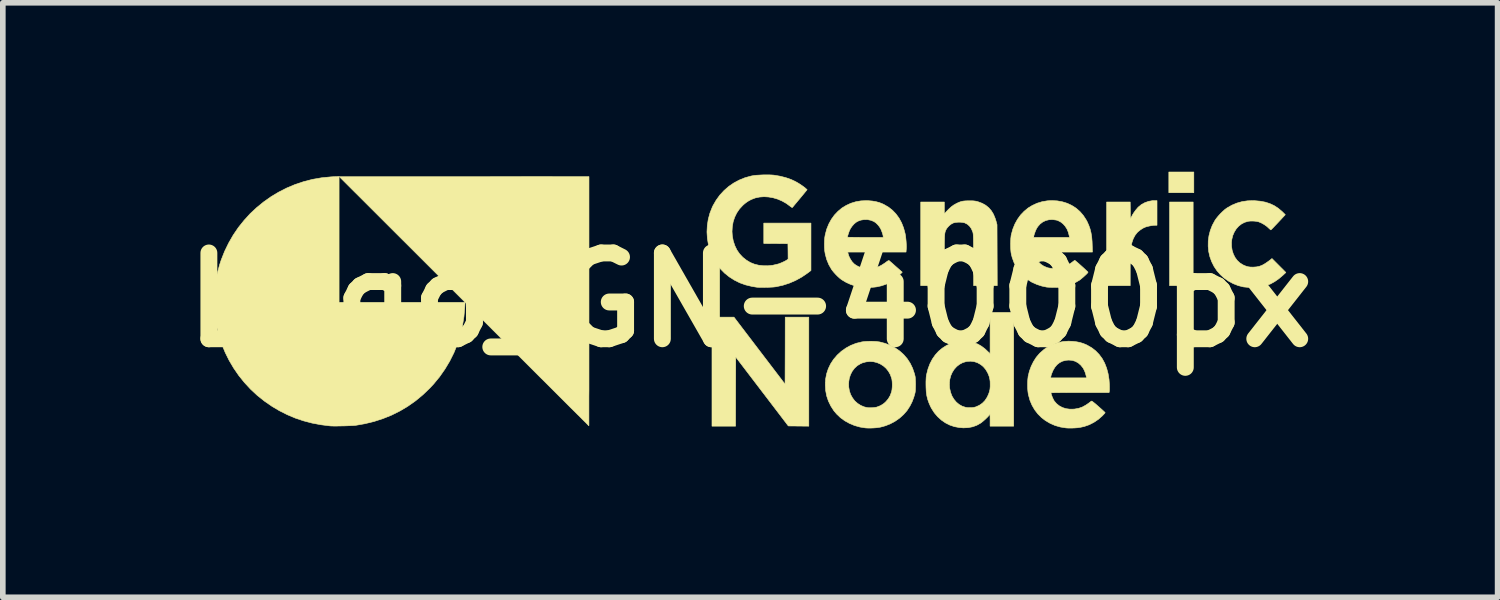
<source format=kicad_pcb>
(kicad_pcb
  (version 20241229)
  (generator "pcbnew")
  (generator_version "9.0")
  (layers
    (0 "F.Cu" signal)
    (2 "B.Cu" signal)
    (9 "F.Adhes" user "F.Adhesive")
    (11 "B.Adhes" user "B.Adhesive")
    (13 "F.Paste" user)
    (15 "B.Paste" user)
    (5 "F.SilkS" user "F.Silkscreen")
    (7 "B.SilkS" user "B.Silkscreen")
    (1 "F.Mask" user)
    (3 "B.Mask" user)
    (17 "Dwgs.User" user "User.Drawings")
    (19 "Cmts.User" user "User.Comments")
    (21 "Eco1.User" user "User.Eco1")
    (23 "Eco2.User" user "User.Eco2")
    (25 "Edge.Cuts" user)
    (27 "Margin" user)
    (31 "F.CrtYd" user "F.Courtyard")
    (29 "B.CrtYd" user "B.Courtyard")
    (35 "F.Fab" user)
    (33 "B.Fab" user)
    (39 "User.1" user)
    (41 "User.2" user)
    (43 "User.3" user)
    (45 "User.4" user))
  (footprint "Logo_GN-4000px"
    (layer "F.Cu")
    (at 10.276 2.278)
    (property "Reference" "Logo_GN-4000px" (at 0 0 0) (layer "F.SilkS") (effects (font (size 1.524 1.524) (thickness 0.3))))
    (attr through_hole)
    (fp_poly (pts (xy 7.868 -0.254) (xy 7.449 -0.254) (xy 7.449 -1.74) (xy 7.868 -1.74) (xy 7.868 -0.254)) (stroke (width 0.01) (type solid)) (fill yes) (layer "F.SilkS"))
    (fp_poly (pts (xy 7.88 -1.905) (xy 7.436 -1.905) (xy 7.436 -2.273) (xy 7.88 -2.273) (xy 7.88 -1.905)) (stroke (width 0.01) (type solid)) (fill yes) (layer "F.SilkS"))
    (fp_poly (pts (xy 0.165 0.901) (xy 0.619 1.496) (xy 0.621 0.901) (xy 0.622 0.305) (xy 1.041 0.305) (xy 1.041 2.242) (xy 0.859 2.24) (xy 0.677 2.238) (xy -0.257 1.014) (xy -0.259 1.628) (xy -0.26 2.242) (xy -0.679 2.242) (xy -0.679 0.305) (xy -0.289 0.305) (xy 0.165 0.901)) (stroke (width 0.01) (type solid)) (fill yes) (layer "F.SilkS"))
    (fp_poly (pts (xy 7.226 -1.765) (xy 7.226 -1.327) (xy 7.195 -1.327) (xy 7.164 -1.325) (xy 7.125 -1.32) (xy 7.084 -1.312) (xy 7.047 -1.303) (xy 7.021 -1.295) (xy 6.977 -1.275) (xy 6.932 -1.246) (xy 6.891 -1.213) (xy 6.874 -1.197) (xy 6.836 -1.148) (xy 6.804 -1.088) (xy 6.78 -1.018) (xy 6.764 -0.938) (xy 6.756 -0.873) (xy 6.755 -0.85) (xy 6.754 -0.816) (xy 6.753 -0.773) (xy 6.752 -0.723) (xy 6.751 -0.667) (xy 6.75 -0.608) (xy 6.75 -0.547) (xy 6.75 -0.525) (xy 6.75 -0.254) (xy 6.331 -0.254) (xy 6.331 -1.74) (xy 6.75 -1.74) (xy 6.752 -1.589) (xy 6.753 -1.438) (xy 6.768 -1.469) (xy 6.79 -1.511) (xy 6.819 -1.557) (xy 6.852 -1.601) (xy 6.885 -1.64) (xy 6.896 -1.651) (xy 6.949 -1.695) (xy 7.01 -1.728) (xy 7.076 -1.751) (xy 7.146 -1.764) (xy 7.186 -1.765) (xy 7.226 -1.765)) (stroke (width 0.01) (type solid)) (fill yes) (layer "F.SilkS"))
    (fp_poly (pts (xy -2.864 0.022) (xy -2.864 0.189) (xy -2.864 0.353) (xy -2.864 0.513) (xy -2.864 0.668) (xy -2.864 0.819) (xy -2.864 0.965) (xy -2.864 1.105) (xy -2.864 1.24) (xy -2.864 1.368) (xy -2.864 1.489) (xy -2.864 1.602) (xy -2.865 1.708) (xy -2.865 1.805) (xy -2.865 1.894) (xy -2.865 1.974) (xy -2.865 2.044) (xy -2.865 2.103) (xy -2.865 2.153) (xy -2.865 2.191) (xy -2.865 2.217) (xy -2.866 2.232) (xy -2.866 2.235) (xy -2.87 2.231) (xy -2.884 2.218) (xy -2.905 2.196) (xy -2.935 2.166) (xy -2.973 2.129) (xy -3.018 2.083) (xy -3.071 2.031) (xy -3.131 1.971) (xy -3.198 1.905) (xy -3.271 1.832) (xy -3.351 1.752) (xy -3.436 1.667) (xy -3.527 1.576) (xy -3.624 1.479) (xy -3.726 1.378) (xy -3.833 1.271) (xy -3.944 1.16) (xy -4.06 1.044) (xy -4.18 0.925) (xy -4.304 0.801) (xy -4.431 0.674) (xy -4.562 0.543) (xy -4.695 0.41) (xy -4.832 0.274) (xy -4.971 0.135) (xy -5.083 0.023) (xy -7.299 -2.19) (xy -5.082 -2.19) (xy -2.864 -2.191) (xy -2.864 0.022)) (stroke (width 0.01) (type solid)) (fill yes) (layer "F.SilkS"))
    (fp_poly (pts (xy -7.303 0.044) (xy -5.065 0.044) (xy -5.07 0.126) (xy -5.085 0.297) (xy -5.112 0.464) (xy -5.151 0.627) (xy -5.201 0.785) (xy -5.263 0.938) (xy -5.337 1.086) (xy -5.422 1.228) (xy -5.517 1.364) (xy -5.624 1.494) (xy -5.693 1.568) (xy -5.814 1.684) (xy -5.943 1.791) (xy -6.078 1.886) (xy -6.22 1.971) (xy -6.368 2.045) (xy -6.522 2.107) (xy -6.682 2.159) (xy -6.847 2.199) (xy -7.001 2.226) (xy -7.025 2.229) (xy -7.058 2.231) (xy -7.1 2.233) (xy -7.148 2.235) (xy -7.199 2.237) (xy -7.252 2.238) (xy -7.303 2.239) (xy -7.351 2.24) (xy -7.394 2.24) (xy -7.429 2.239) (xy -7.454 2.238) (xy -7.458 2.238) (xy -7.625 2.217) (xy -7.784 2.187) (xy -7.936 2.147) (xy -8.082 2.098) (xy -8.224 2.038) (xy -8.363 1.968) (xy -8.493 1.891) (xy -8.629 1.797) (xy -8.757 1.695) (xy -8.876 1.584) (xy -8.985 1.466) (xy -9.085 1.342) (xy -9.175 1.211) (xy -9.256 1.074) (xy -9.326 0.933) (xy -9.386 0.787) (xy -9.435 0.637) (xy -9.474 0.484) (xy -9.501 0.328) (xy -9.518 0.171) (xy -9.523 0.012) (xy -9.516 -0.148) (xy -9.498 -0.308) (xy -9.468 -0.467) (xy -9.425 -0.625) (xy -9.397 -0.71) (xy -9.336 -0.864) (xy -9.264 -1.012) (xy -9.183 -1.153) (xy -9.092 -1.287) (xy -8.991 -1.413) (xy -8.883 -1.532) (xy -8.766 -1.641) (xy -8.642 -1.742) (xy -8.512 -1.834) (xy -8.375 -1.916) (xy -8.232 -1.989) (xy -8.084 -2.051) (xy -7.931 -2.102) (xy -7.775 -2.142) (xy -7.614 -2.17) (xy -7.451 -2.186) (xy -7.403 -2.189) (xy -7.303 -2.193) (xy -7.303 0.044)) (stroke (width 0.01) (type solid)) (fill yes) (layer "F.SilkS"))
    (fp_poly (pts (xy 3.935 -1.761) (xy 3.965 -1.76) (xy 3.989 -1.757) (xy 4.01 -1.754) (xy 4.033 -1.748) (xy 4.048 -1.744) (xy 4.12 -1.717) (xy 4.183 -1.682) (xy 4.237 -1.638) (xy 4.283 -1.585) (xy 4.321 -1.523) (xy 4.351 -1.45) (xy 4.367 -1.4) (xy 4.384 -1.337) (xy 4.386 -0.795) (xy 4.388 -0.254) (xy 3.969 -0.254) (xy 3.967 -0.713) (xy 3.967 -0.8) (xy 3.967 -0.876) (xy 3.966 -0.94) (xy 3.966 -0.995) (xy 3.965 -1.041) (xy 3.965 -1.079) (xy 3.964 -1.11) (xy 3.963 -1.135) (xy 3.962 -1.155) (xy 3.961 -1.17) (xy 3.959 -1.182) (xy 3.958 -1.192) (xy 3.955 -1.201) (xy 3.953 -1.208) (xy 3.951 -1.213) (xy 3.928 -1.267) (xy 3.896 -1.311) (xy 3.858 -1.345) (xy 3.812 -1.368) (xy 3.808 -1.37) (xy 3.774 -1.377) (xy 3.734 -1.381) (xy 3.69 -1.381) (xy 3.648 -1.377) (xy 3.613 -1.369) (xy 3.605 -1.366) (xy 3.569 -1.347) (xy 3.534 -1.319) (xy 3.503 -1.286) (xy 3.484 -1.259) (xy 3.478 -1.246) (xy 3.472 -1.235) (xy 3.467 -1.222) (xy 3.463 -1.209) (xy 3.459 -1.193) (xy 3.456 -1.174) (xy 3.454 -1.151) (xy 3.452 -1.123) (xy 3.451 -1.089) (xy 3.45 -1.048) (xy 3.449 -0.998) (xy 3.449 -0.94) (xy 3.448 -0.873) (xy 3.448 -0.794) (xy 3.448 -0.704) (xy 3.448 -0.7) (xy 3.448 -0.254) (xy 3.029 -0.254) (xy 3.029 -1.74) (xy 3.448 -1.74) (xy 3.448 -1.528) (xy 3.481 -1.566) (xy 3.528 -1.615) (xy 3.572 -1.655) (xy 3.616 -1.687) (xy 3.664 -1.714) (xy 3.672 -1.718) (xy 3.71 -1.735) (xy 3.744 -1.747) (xy 3.778 -1.755) (xy 3.815 -1.759) (xy 3.859 -1.761) (xy 3.896 -1.761) (xy 3.935 -1.761)) (stroke (width 0.01) (type solid)) (fill yes) (layer "F.SilkS"))
    (fp_poly (pts (xy 4.68 2.242) (xy 4.261 2.242) (xy 4.261 2.135) (xy 4.26 2.029) (xy 4.247 2.045) (xy 4.217 2.079) (xy 4.18 2.115) (xy 4.141 2.15) (xy 4.104 2.18) (xy 4.089 2.19) (xy 4.023 2.227) (xy 3.95 2.253) (xy 3.872 2.268) (xy 3.787 2.272) (xy 3.712 2.266) (xy 3.626 2.25) (xy 3.544 2.222) (xy 3.467 2.183) (xy 3.395 2.133) (xy 3.33 2.074) (xy 3.271 2.005) (xy 3.221 1.927) (xy 3.203 1.893) (xy 3.175 1.829) (xy 3.153 1.767) (xy 3.137 1.702) (xy 3.127 1.632) (xy 3.123 1.555) (xy 3.122 1.502) (xy 3.122 1.482) (xy 3.538 1.482) (xy 3.541 1.555) (xy 3.543 1.569) (xy 3.559 1.641) (xy 3.584 1.707) (xy 3.619 1.765) (xy 3.661 1.815) (xy 3.71 1.856) (xy 3.766 1.888) (xy 3.829 1.908) (xy 3.829 1.908) (xy 3.874 1.914) (xy 3.923 1.914) (xy 3.971 1.909) (xy 4.009 1.899) (xy 4.071 1.871) (xy 4.124 1.834) (xy 4.17 1.787) (xy 4.208 1.729) (xy 4.216 1.713) (xy 4.236 1.668) (xy 4.25 1.627) (xy 4.259 1.585) (xy 4.263 1.538) (xy 4.263 1.502) (xy 4.262 1.449) (xy 4.256 1.405) (xy 4.246 1.363) (xy 4.23 1.321) (xy 4.216 1.29) (xy 4.181 1.232) (xy 4.139 1.183) (xy 4.089 1.144) (xy 4.035 1.114) (xy 3.976 1.095) (xy 3.914 1.088) (xy 3.851 1.092) (xy 3.835 1.095) (xy 3.773 1.114) (xy 3.717 1.144) (xy 3.667 1.183) (xy 3.624 1.231) (xy 3.589 1.286) (xy 3.562 1.347) (xy 3.545 1.413) (xy 3.538 1.482) (xy 3.122 1.482) (xy 3.122 1.449) (xy 3.124 1.406) (xy 3.126 1.37) (xy 3.13 1.34) (xy 3.133 1.325) (xy 3.158 1.226) (xy 3.192 1.135) (xy 3.235 1.052) (xy 3.287 0.977) (xy 3.346 0.911) (xy 3.414 0.855) (xy 3.488 0.808) (xy 3.569 0.772) (xy 3.631 0.752) (xy 3.676 0.743) (xy 3.729 0.736) (xy 3.782 0.732) (xy 3.831 0.733) (xy 3.842 0.733) (xy 3.917 0.743) (xy 3.984 0.76) (xy 4.047 0.786) (xy 4.107 0.821) (xy 4.167 0.866) (xy 4.208 0.904) (xy 4.261 0.954) (xy 4.261 0.222) (xy 4.68 0.222) (xy 4.68 2.242)) (stroke (width 0.01) (type solid)) (fill yes) (layer "F.SilkS"))
    (fp_poly (pts (xy 8.963 -1.763) (xy 9.062 -1.754) (xy 9.151 -1.737) (xy 9.233 -1.71) (xy 9.308 -1.675) (xy 9.379 -1.629) (xy 9.445 -1.573) (xy 9.455 -1.564) (xy 9.505 -1.514) (xy 9.38 -1.38) (xy 9.348 -1.346) (xy 9.318 -1.315) (xy 9.293 -1.288) (xy 9.272 -1.267) (xy 9.257 -1.252) (xy 9.249 -1.245) (xy 9.248 -1.245) (xy 9.24 -1.249) (xy 9.228 -1.26) (xy 9.22 -1.267) (xy 9.179 -1.305) (xy 9.131 -1.339) (xy 9.081 -1.367) (xy 9.033 -1.387) (xy 9.03 -1.388) (xy 8.999 -1.395) (xy 8.96 -1.4) (xy 8.918 -1.402) (xy 8.878 -1.401) (xy 8.845 -1.397) (xy 8.845 -1.397) (xy 8.783 -1.379) (xy 8.727 -1.35) (xy 8.677 -1.311) (xy 8.634 -1.263) (xy 8.599 -1.207) (xy 8.572 -1.145) (xy 8.555 -1.076) (xy 8.549 -1.026) (xy 8.55 -0.951) (xy 8.561 -0.88) (xy 8.582 -0.815) (xy 8.612 -0.755) (xy 8.651 -0.702) (xy 8.698 -0.658) (xy 8.753 -0.623) (xy 8.76 -0.62) (xy 8.802 -0.602) (xy 8.842 -0.59) (xy 8.885 -0.584) (xy 8.934 -0.583) (xy 8.992 -0.587) (xy 9.043 -0.597) (xy 9.09 -0.615) (xy 9.104 -0.622) (xy 9.131 -0.637) (xy 9.164 -0.658) (xy 9.2 -0.683) (xy 9.234 -0.708) (xy 9.249 -0.72) (xy 9.268 -0.736) (xy 9.515 -0.488) (xy 9.465 -0.441) (xy 9.391 -0.378) (xy 9.318 -0.327) (xy 9.245 -0.286) (xy 9.169 -0.256) (xy 9.089 -0.236) (xy 9.065 -0.232) (xy 9.027 -0.227) (xy 8.982 -0.224) (xy 8.931 -0.223) (xy 8.879 -0.223) (xy 8.83 -0.225) (xy 8.787 -0.229) (xy 8.76 -0.232) (xy 8.668 -0.255) (xy 8.579 -0.29) (xy 8.494 -0.336) (xy 8.416 -0.391) (xy 8.356 -0.445) (xy 8.292 -0.517) (xy 8.239 -0.596) (xy 8.197 -0.68) (xy 8.165 -0.768) (xy 8.144 -0.86) (xy 8.135 -0.953) (xy 8.136 -1.047) (xy 8.149 -1.141) (xy 8.173 -1.234) (xy 8.208 -1.325) (xy 8.255 -1.412) (xy 8.256 -1.414) (xy 8.282 -1.451) (xy 8.315 -1.491) (xy 8.353 -1.533) (xy 8.393 -1.572) (xy 8.432 -1.607) (xy 8.468 -1.633) (xy 8.471 -1.635) (xy 8.557 -1.684) (xy 8.646 -1.721) (xy 8.739 -1.747) (xy 8.836 -1.761) (xy 8.939 -1.764) (xy 8.963 -1.763)) (stroke (width 0.01) (type solid)) (fill yes) (layer "F.SilkS"))
    (fp_poly (pts (xy 2.189 0.735) (xy 2.24 0.738) (xy 2.284 0.744) (xy 2.295 0.745) (xy 2.396 0.771) (xy 2.49 0.807) (xy 2.577 0.853) (xy 2.656 0.908) (xy 2.727 0.972) (xy 2.789 1.044) (xy 2.841 1.124) (xy 2.884 1.212) (xy 2.916 1.306) (xy 2.929 1.356) (xy 2.932 1.38) (xy 2.934 1.414) (xy 2.936 1.454) (xy 2.937 1.498) (xy 2.936 1.542) (xy 2.935 1.583) (xy 2.933 1.618) (xy 2.929 1.644) (xy 2.929 1.648) (xy 2.906 1.729) (xy 2.875 1.81) (xy 2.836 1.887) (xy 2.791 1.956) (xy 2.787 1.963) (xy 2.725 2.034) (xy 2.654 2.098) (xy 2.576 2.153) (xy 2.491 2.199) (xy 2.402 2.235) (xy 2.31 2.26) (xy 2.29 2.263) (xy 2.241 2.27) (xy 2.186 2.274) (xy 2.13 2.276) (xy 2.079 2.275) (xy 2.046 2.273) (xy 1.947 2.257) (xy 1.852 2.23) (xy 1.763 2.193) (xy 1.679 2.146) (xy 1.603 2.091) (xy 1.535 2.026) (xy 1.486 1.968) (xy 1.432 1.884) (xy 1.389 1.796) (xy 1.358 1.704) (xy 1.34 1.608) (xy 1.334 1.509) (xy 1.334 1.508) (xy 1.336 1.473) (xy 1.748 1.473) (xy 1.75 1.546) (xy 1.762 1.616) (xy 1.784 1.681) (xy 1.817 1.74) (xy 1.857 1.793) (xy 1.906 1.837) (xy 1.962 1.873) (xy 2.024 1.899) (xy 2.073 1.911) (xy 2.105 1.915) (xy 2.143 1.915) (xy 2.184 1.913) (xy 2.223 1.908) (xy 2.254 1.902) (xy 2.254 1.901) (xy 2.313 1.878) (xy 2.368 1.844) (xy 2.411 1.806) (xy 2.453 1.756) (xy 2.486 1.7) (xy 2.51 1.635) (xy 2.513 1.625) (xy 2.519 1.59) (xy 2.523 1.546) (xy 2.524 1.499) (xy 2.522 1.453) (xy 2.517 1.412) (xy 2.512 1.391) (xy 2.488 1.324) (xy 2.454 1.265) (xy 2.413 1.214) (xy 2.364 1.171) (xy 2.309 1.137) (xy 2.25 1.112) (xy 2.188 1.097) (xy 2.123 1.093) (xy 2.058 1.1) (xy 1.993 1.118) (xy 1.957 1.134) (xy 1.901 1.168) (xy 1.853 1.212) (xy 1.813 1.265) (xy 1.782 1.325) (xy 1.76 1.391) (xy 1.749 1.463) (xy 1.748 1.473) (xy 1.336 1.473) (xy 1.339 1.408) (xy 1.357 1.313) (xy 1.387 1.222) (xy 1.428 1.136) (xy 1.48 1.056) (xy 1.545 0.98) (xy 1.546 0.979) (xy 1.62 0.911) (xy 1.701 0.854) (xy 1.789 0.806) (xy 1.882 0.77) (xy 1.98 0.746) (xy 1.984 0.745) (xy 2.027 0.739) (xy 2.078 0.736) (xy 2.133 0.734) (xy 2.189 0.735)) (stroke (width 0.01) (type solid)) (fill yes) (layer "F.SilkS"))
    (fp_poly (pts (xy 0.329 -2.222) (xy 0.379 -2.22) (xy 0.42 -2.217) (xy 0.42 -2.217) (xy 0.527 -2.199) (xy 0.631 -2.173) (xy 0.728 -2.139) (xy 0.788 -2.111) (xy 0.826 -2.091) (xy 0.868 -2.066) (xy 0.909 -2.039) (xy 0.946 -2.013) (xy 0.977 -1.989) (xy 0.983 -1.983) (xy 1.011 -1.959) (xy 0.883 -1.803) (xy 0.851 -1.765) (xy 0.822 -1.73) (xy 0.796 -1.699) (xy 0.775 -1.674) (xy 0.76 -1.655) (xy 0.751 -1.644) (xy 0.749 -1.642) (xy 0.742 -1.643) (xy 0.728 -1.651) (xy 0.713 -1.662) (xy 0.643 -1.714) (xy 0.567 -1.757) (xy 0.488 -1.791) (xy 0.407 -1.815) (xy 0.326 -1.829) (xy 0.245 -1.834) (xy 0.166 -1.828) (xy 0.09 -1.812) (xy 0.02 -1.785) (xy 0.012 -1.781) (xy -0.029 -1.759) (xy -0.063 -1.737) (xy -0.096 -1.712) (xy -0.131 -1.681) (xy -0.135 -1.677) (xy -0.192 -1.615) (xy -0.239 -1.546) (xy -0.276 -1.47) (xy -0.303 -1.388) (xy -0.318 -1.303) (xy -0.323 -1.216) (xy -0.318 -1.139) (xy -0.301 -1.048) (xy -0.273 -0.964) (xy -0.236 -0.887) (xy -0.189 -0.819) (xy -0.132 -0.758) (xy -0.066 -0.706) (xy 0.004 -0.664) (xy 0.074 -0.636) (xy 0.15 -0.617) (xy 0.231 -0.608) (xy 0.314 -0.607) (xy 0.399 -0.616) (xy 0.482 -0.635) (xy 0.508 -0.642) (xy 0.539 -0.654) (xy 0.574 -0.669) (xy 0.608 -0.685) (xy 0.638 -0.701) (xy 0.656 -0.713) (xy 0.673 -0.725) (xy 0.672 -0.863) (xy 0.67 -1) (xy 0.456 -1.002) (xy 0.241 -1.003) (xy 0.241 -1.365) (xy 1.079 -1.365) (xy 1.079 -0.523) (xy 1.024 -0.481) (xy 0.919 -0.409) (xy 0.809 -0.348) (xy 0.696 -0.299) (xy 0.579 -0.261) (xy 0.46 -0.235) (xy 0.437 -0.232) (xy 0.409 -0.229) (xy 0.372 -0.227) (xy 0.328 -0.225) (xy 0.28 -0.224) (xy 0.232 -0.223) (xy 0.187 -0.223) (xy 0.148 -0.224) (xy 0.118 -0.226) (xy 0.114 -0.227) (xy 0.099 -0.229) (xy 0.075 -0.233) (xy 0.045 -0.238) (xy 0.023 -0.242) (xy -0.084 -0.268) (xy -0.187 -0.305) (xy -0.283 -0.353) (xy -0.372 -0.41) (xy -0.454 -0.476) (xy -0.528 -0.551) (xy -0.592 -0.634) (xy -0.648 -0.724) (xy -0.694 -0.821) (xy -0.729 -0.924) (xy -0.742 -0.979) (xy -0.761 -1.094) (xy -0.768 -1.208) (xy -0.762 -1.322) (xy -0.745 -1.433) (xy -0.716 -1.541) (xy -0.675 -1.645) (xy -0.661 -1.675) (xy -0.605 -1.772) (xy -0.54 -1.862) (xy -0.465 -1.943) (xy -0.383 -2.015) (xy -0.293 -2.077) (xy -0.196 -2.129) (xy -0.093 -2.171) (xy 0.016 -2.201) (xy 0.031 -2.204) (xy 0.066 -2.21) (xy 0.111 -2.215) (xy 0.163 -2.218) (xy 0.219 -2.221) (xy 0.275 -2.222) (xy 0.329 -2.222)) (stroke (width 0.01) (type solid)) (fill yes) (layer "F.SilkS"))
    (fp_poly (pts (xy 2.096 -1.763) (xy 2.169 -1.757) (xy 2.233 -1.746) (xy 2.293 -1.73) (xy 2.351 -1.707) (xy 2.378 -1.694) (xy 2.457 -1.648) (xy 2.528 -1.592) (xy 2.59 -1.527) (xy 2.644 -1.453) (xy 2.689 -1.37) (xy 2.725 -1.278) (xy 2.752 -1.177) (xy 2.752 -1.175) (xy 2.759 -1.138) (xy 2.764 -1.094) (xy 2.769 -1.046) (xy 2.772 -0.999) (xy 2.774 -0.955) (xy 2.773 -0.917) (xy 2.772 -0.9) (xy 2.768 -0.851) (xy 1.733 -0.851) (xy 1.737 -0.83) (xy 1.753 -0.778) (xy 1.779 -0.726) (xy 1.81 -0.679) (xy 1.845 -0.642) (xy 1.879 -0.617) (xy 1.921 -0.594) (xy 1.965 -0.576) (xy 2.002 -0.565) (xy 2.038 -0.56) (xy 2.082 -0.558) (xy 2.129 -0.559) (xy 2.173 -0.562) (xy 2.209 -0.568) (xy 2.268 -0.586) (xy 2.329 -0.615) (xy 2.39 -0.654) (xy 2.404 -0.664) (xy 2.429 -0.683) (xy 2.446 -0.694) (xy 2.457 -0.699) (xy 2.464 -0.7) (xy 2.469 -0.697) (xy 2.477 -0.691) (xy 2.492 -0.677) (xy 2.515 -0.658) (xy 2.542 -0.634) (xy 2.572 -0.607) (xy 2.59 -0.591) (xy 2.701 -0.493) (xy 2.64 -0.434) (xy 2.568 -0.371) (xy 2.494 -0.32) (xy 2.415 -0.28) (xy 2.33 -0.251) (xy 2.248 -0.233) (xy 2.209 -0.228) (xy 2.161 -0.224) (xy 2.108 -0.223) (xy 2.053 -0.223) (xy 2.002 -0.226) (xy 1.958 -0.23) (xy 1.939 -0.232) (xy 1.86 -0.25) (xy 1.781 -0.277) (xy 1.704 -0.312) (xy 1.635 -0.353) (xy 1.618 -0.364) (xy 1.589 -0.387) (xy 1.556 -0.417) (xy 1.522 -0.451) (xy 1.49 -0.486) (xy 1.463 -0.518) (xy 1.446 -0.541) (xy 1.397 -0.626) (xy 1.359 -0.718) (xy 1.333 -0.814) (xy 1.324 -0.868) (xy 1.319 -0.93) (xy 1.318 -0.995) (xy 1.32 -1.06) (xy 1.325 -1.116) (xy 1.727 -1.116) (xy 1.733 -1.115) (xy 1.751 -1.114) (xy 1.779 -1.113) (xy 1.816 -1.113) (xy 1.861 -1.112) (xy 1.913 -1.112) (xy 1.97 -1.111) (xy 2.031 -1.111) (xy 2.045 -1.111) (xy 2.362 -1.111) (xy 2.362 -1.126) (xy 2.36 -1.145) (xy 2.353 -1.171) (xy 2.343 -1.202) (xy 2.331 -1.233) (xy 2.319 -1.262) (xy 2.316 -1.266) (xy 2.295 -1.301) (xy 2.267 -1.335) (xy 2.236 -1.366) (xy 2.204 -1.389) (xy 2.198 -1.393) (xy 2.144 -1.415) (xy 2.086 -1.427) (xy 2.025 -1.428) (xy 1.965 -1.418) (xy 1.911 -1.398) (xy 1.878 -1.378) (xy 1.844 -1.349) (xy 1.812 -1.313) (xy 1.785 -1.275) (xy 1.777 -1.26) (xy 1.766 -1.238) (xy 1.755 -1.211) (xy 1.745 -1.181) (xy 1.736 -1.153) (xy 1.729 -1.13) (xy 1.727 -1.116) (xy 1.325 -1.116) (xy 1.326 -1.12) (xy 1.333 -1.16) (xy 1.359 -1.258) (xy 1.396 -1.349) (xy 1.442 -1.433) (xy 1.496 -1.508) (xy 1.559 -1.574) (xy 1.628 -1.632) (xy 1.705 -1.679) (xy 1.787 -1.717) (xy 1.875 -1.744) (xy 1.968 -1.76) (xy 2.065 -1.764) (xy 2.096 -1.763)) (stroke (width 0.01) (type solid)) (fill yes) (layer "F.SilkS"))
    (fp_poly (pts (xy 5.735 0.736) (xy 5.801 0.744) (xy 5.859 0.756) (xy 5.912 0.772) (xy 5.964 0.793) (xy 5.985 0.803) (xy 6.065 0.849) (xy 6.136 0.904) (xy 6.198 0.968) (xy 6.252 1.041) (xy 6.296 1.122) (xy 6.331 1.212) (xy 6.357 1.309) (xy 6.374 1.414) (xy 6.38 1.499) (xy 6.381 1.535) (xy 6.381 1.569) (xy 6.381 1.597) (xy 6.38 1.616) (xy 6.379 1.621) (xy 6.375 1.645) (xy 5.861 1.645) (xy 5.782 1.645) (xy 5.706 1.645) (xy 5.634 1.645) (xy 5.569 1.646) (xy 5.51 1.646) (xy 5.458 1.647) (xy 5.415 1.647) (xy 5.381 1.648) (xy 5.358 1.649) (xy 5.346 1.649) (xy 5.344 1.65) (xy 5.344 1.659) (xy 5.349 1.678) (xy 5.357 1.701) (xy 5.367 1.728) (xy 5.379 1.754) (xy 5.391 1.778) (xy 5.4 1.794) (xy 5.441 1.842) (xy 5.49 1.881) (xy 5.546 1.911) (xy 5.609 1.931) (xy 5.677 1.94) (xy 5.749 1.939) (xy 5.768 1.937) (xy 5.837 1.924) (xy 5.9 1.902) (xy 5.96 1.869) (xy 6.003 1.84) (xy 6.025 1.824) (xy 6.043 1.81) (xy 6.056 1.8) (xy 6.058 1.798) (xy 6.062 1.797) (xy 6.069 1.798) (xy 6.078 1.803) (xy 6.091 1.813) (xy 6.11 1.828) (xy 6.136 1.849) (xy 6.169 1.878) (xy 6.187 1.894) (xy 6.219 1.922) (xy 6.248 1.948) (xy 6.273 1.971) (xy 6.291 1.988) (xy 6.302 1.999) (xy 6.305 2.002) (xy 6.301 2.008) (xy 6.29 2.021) (xy 6.273 2.039) (xy 6.256 2.057) (xy 6.184 2.121) (xy 6.105 2.174) (xy 6.021 2.217) (xy 5.932 2.248) (xy 5.862 2.263) (xy 5.814 2.27) (xy 5.76 2.274) (xy 5.705 2.276) (xy 5.652 2.276) (xy 5.609 2.273) (xy 5.509 2.257) (xy 5.415 2.23) (xy 5.328 2.192) (xy 5.247 2.145) (xy 5.174 2.089) (xy 5.109 2.024) (xy 5.053 1.951) (xy 5.006 1.87) (xy 4.969 1.783) (xy 4.943 1.688) (xy 4.937 1.658) (xy 4.932 1.617) (xy 4.928 1.568) (xy 4.927 1.514) (xy 4.928 1.459) (xy 4.931 1.408) (xy 4.934 1.384) (xy 5.335 1.384) (xy 5.975 1.384) (xy 5.971 1.364) (xy 5.961 1.324) (xy 5.948 1.282) (xy 5.931 1.243) (xy 5.914 1.211) (xy 5.913 1.209) (xy 5.873 1.159) (xy 5.827 1.119) (xy 5.775 1.09) (xy 5.719 1.073) (xy 5.658 1.068) (xy 5.609 1.072) (xy 5.549 1.087) (xy 5.497 1.113) (xy 5.451 1.149) (xy 5.411 1.197) (xy 5.381 1.248) (xy 5.368 1.278) (xy 5.355 1.309) (xy 5.346 1.336) (xy 5.344 1.345) (xy 5.335 1.384) (xy 4.934 1.384) (xy 4.936 1.364) (xy 4.937 1.356) (xy 4.959 1.266) (xy 4.991 1.179) (xy 5.032 1.096) (xy 5.081 1.019) (xy 5.138 0.952) (xy 5.15 0.94) (xy 5.221 0.878) (xy 5.299 0.826) (xy 5.382 0.785) (xy 5.471 0.756) (xy 5.563 0.738) (xy 5.657 0.732) (xy 5.735 0.736)) (stroke (width 0.01) (type solid)) (fill yes) (layer "F.SilkS"))
    (fp_poly (pts (xy 5.454 -1.76) (xy 5.547 -1.743) (xy 5.634 -1.716) (xy 5.715 -1.677) (xy 5.79 -1.629) (xy 5.857 -1.57) (xy 5.916 -1.502) (xy 5.967 -1.424) (xy 5.985 -1.391) (xy 6.014 -1.326) (xy 6.037 -1.261) (xy 6.054 -1.193) (xy 6.066 -1.119) (xy 6.073 -1.037) (xy 6.075 -0.979) (xy 6.079 -0.851) (xy 5.56 -0.851) (xy 5.466 -0.851) (xy 5.383 -0.851) (xy 5.311 -0.851) (xy 5.25 -0.851) (xy 5.198 -0.851) (xy 5.156 -0.85) (xy 5.121 -0.849) (xy 5.094 -0.848) (xy 5.073 -0.846) (xy 5.058 -0.843) (xy 5.048 -0.839) (xy 5.043 -0.835) (xy 5.041 -0.83) (xy 5.041 -0.823) (xy 5.044 -0.816) (xy 5.048 -0.807) (xy 5.052 -0.797) (xy 5.054 -0.791) (xy 5.082 -0.73) (xy 5.118 -0.678) (xy 5.164 -0.633) (xy 5.217 -0.599) (xy 5.277 -0.574) (xy 5.301 -0.568) (xy 5.345 -0.561) (xy 5.397 -0.558) (xy 5.45 -0.56) (xy 5.5 -0.565) (xy 5.526 -0.571) (xy 5.584 -0.591) (xy 5.643 -0.62) (xy 5.699 -0.656) (xy 5.718 -0.67) (xy 5.738 -0.685) (xy 5.754 -0.697) (xy 5.765 -0.703) (xy 5.767 -0.703) (xy 5.774 -0.698) (xy 5.788 -0.686) (xy 5.809 -0.669) (xy 5.834 -0.647) (xy 5.861 -0.623) (xy 5.89 -0.597) (xy 5.919 -0.571) (xy 5.945 -0.547) (xy 5.968 -0.525) (xy 5.986 -0.508) (xy 5.998 -0.497) (xy 6.001 -0.493) (xy 5.996 -0.485) (xy 5.984 -0.47) (xy 5.965 -0.451) (xy 5.942 -0.43) (xy 5.917 -0.407) (xy 5.891 -0.385) (xy 5.867 -0.365) (xy 5.847 -0.35) (xy 5.846 -0.35) (xy 5.764 -0.302) (xy 5.677 -0.264) (xy 5.587 -0.239) (xy 5.534 -0.229) (xy 5.505 -0.226) (xy 5.468 -0.224) (xy 5.424 -0.223) (xy 5.379 -0.223) (xy 5.336 -0.224) (xy 5.297 -0.226) (xy 5.268 -0.228) (xy 5.263 -0.229) (xy 5.179 -0.247) (xy 5.093 -0.275) (xy 5.012 -0.311) (xy 4.991 -0.322) (xy 4.914 -0.372) (xy 4.844 -0.432) (xy 4.783 -0.501) (xy 4.73 -0.578) (xy 4.687 -0.662) (xy 4.654 -0.752) (xy 4.638 -0.813) (xy 4.632 -0.849) (xy 4.628 -0.894) (xy 4.626 -0.944) (xy 4.625 -0.998) (xy 4.627 -1.051) (xy 4.629 -1.099) (xy 4.631 -1.111) (xy 5.036 -1.111) (xy 5.672 -1.111) (xy 5.667 -1.138) (xy 5.651 -1.201) (xy 5.627 -1.26) (xy 5.594 -1.311) (xy 5.555 -1.354) (xy 5.51 -1.388) (xy 5.461 -1.412) (xy 5.436 -1.419) (xy 5.37 -1.428) (xy 5.308 -1.425) (xy 5.25 -1.411) (xy 5.196 -1.385) (xy 5.149 -1.349) (xy 5.108 -1.302) (xy 5.09 -1.274) (xy 5.079 -1.253) (xy 5.067 -1.226) (xy 5.056 -1.196) (xy 5.046 -1.167) (xy 5.039 -1.143) (xy 5.036 -1.126) (xy 5.036 -1.126) (xy 5.036 -1.111) (xy 4.631 -1.111) (xy 4.634 -1.141) (xy 4.638 -1.161) (xy 4.665 -1.259) (xy 4.702 -1.35) (xy 4.748 -1.433) (xy 4.803 -1.509) (xy 4.866 -1.575) (xy 4.936 -1.633) (xy 5.013 -1.68) (xy 5.096 -1.718) (xy 5.184 -1.745) (xy 5.278 -1.761) (xy 5.356 -1.765) (xy 5.454 -1.76)) (stroke (width 0.01) (type solid)) (fill yes) (layer "F.SilkS")))
  (gr_rect
    (start -3 -3)
    (end 23.552 7.56)
    (stroke (width 0.1) (type default))
    (fill no)
    (layer "Edge.Cuts")))
</source>
